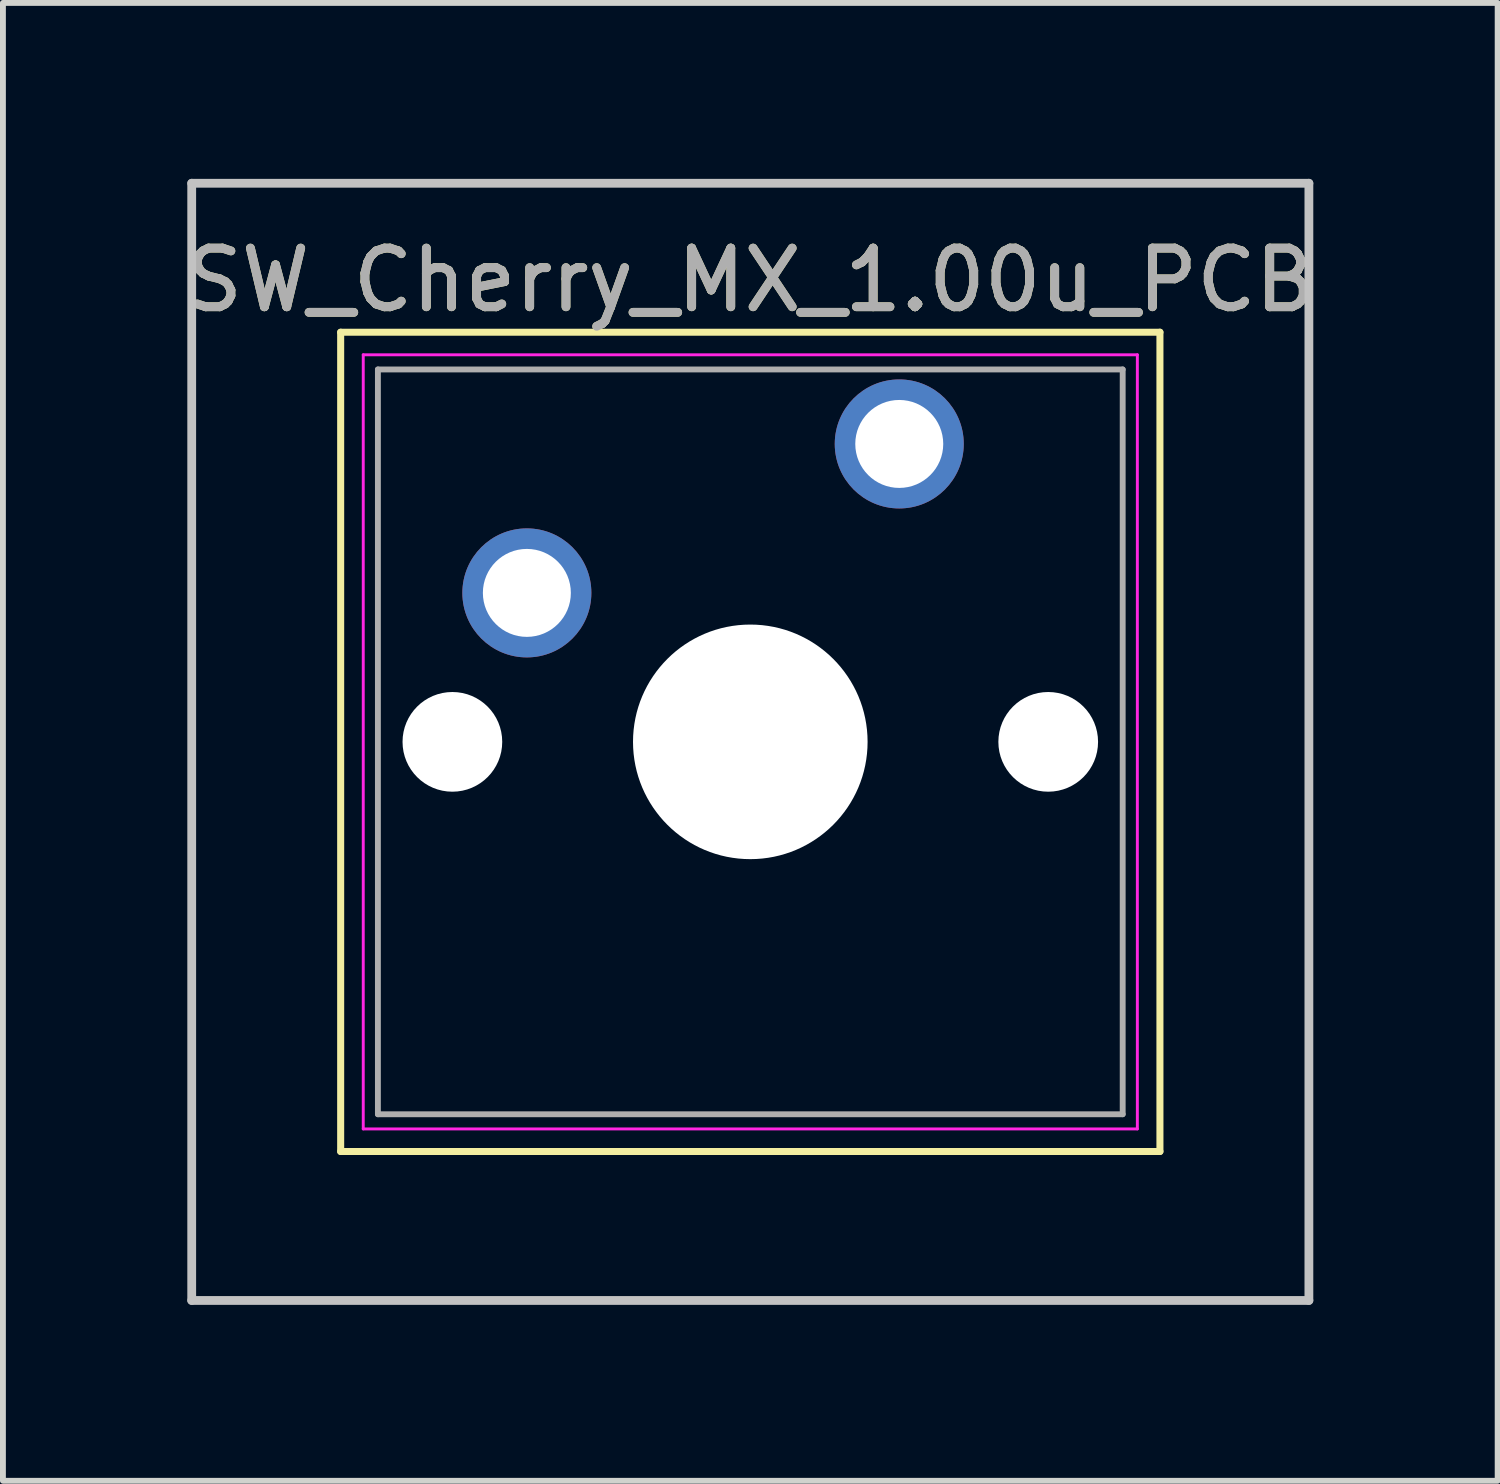
<source format=kicad_pcb>
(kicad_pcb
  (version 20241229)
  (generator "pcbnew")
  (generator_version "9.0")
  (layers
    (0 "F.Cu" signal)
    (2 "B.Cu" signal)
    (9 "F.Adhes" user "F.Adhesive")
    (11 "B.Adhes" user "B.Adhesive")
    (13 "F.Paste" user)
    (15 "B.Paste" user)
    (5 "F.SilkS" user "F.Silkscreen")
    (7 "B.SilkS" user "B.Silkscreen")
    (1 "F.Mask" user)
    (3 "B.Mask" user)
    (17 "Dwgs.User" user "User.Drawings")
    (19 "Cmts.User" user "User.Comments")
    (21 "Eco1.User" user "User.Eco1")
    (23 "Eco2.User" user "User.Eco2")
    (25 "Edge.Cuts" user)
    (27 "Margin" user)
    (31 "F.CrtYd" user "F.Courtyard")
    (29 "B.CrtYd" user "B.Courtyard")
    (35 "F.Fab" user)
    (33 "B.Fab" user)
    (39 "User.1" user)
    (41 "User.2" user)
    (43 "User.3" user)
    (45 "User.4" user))
  (footprint "SW_Cherry_MX_1.00u_PCB"
    (layer "F.Cu")
    (at 9.744 9.6)
    (property "Reference" "SW_Cherry_MX_1.00u_PCB" (at 0 -7.874 0) (layer "F.SilkS") (effects (font (size 1 1) (thickness 0.15))))
    (attr through_hole)
    (fp_line (start -6.985 -6.985) (end 6.985 -6.985) (stroke (width 0.12) (type solid)) (layer "F.SilkS"))
    (fp_line (start -6.985 6.985) (end -6.985 -6.985) (stroke (width 0.12) (type solid)) (layer "F.SilkS"))
    (fp_line (start 6.985 -6.985) (end 6.985 6.985) (stroke (width 0.12) (type solid)) (layer "F.SilkS"))
    (fp_line (start 6.985 6.985) (end -6.985 6.985) (stroke (width 0.12) (type solid)) (layer "F.SilkS"))
    (fp_line (start -9.525 -9.525) (end 9.525 -9.525) (stroke (width 0.15) (type solid)) (layer "Dwgs.User"))
    (fp_line (start -9.525 9.525) (end -9.525 -9.525) (stroke (width 0.15) (type solid)) (layer "Dwgs.User"))
    (fp_line (start 9.525 -9.525) (end 9.525 9.525) (stroke (width 0.15) (type solid)) (layer "Dwgs.User"))
    (fp_line (start 9.525 9.525) (end -9.525 9.525) (stroke (width 0.15) (type solid)) (layer "Dwgs.User"))
    (fp_line (start -6.6 -6.6) (end 6.6 -6.6) (stroke (width 0.05) (type solid)) (layer "F.CrtYd"))
    (fp_line (start -6.6 6.6) (end -6.6 -6.6) (stroke (width 0.05) (type solid)) (layer "F.CrtYd"))
    (fp_line (start 6.6 -6.6) (end 6.6 6.6) (stroke (width 0.05) (type solid)) (layer "F.CrtYd"))
    (fp_line (start 6.6 6.6) (end -6.6 6.6) (stroke (width 0.05) (type solid)) (layer "F.CrtYd"))
    (fp_line (start -6.35 -6.35) (end 6.35 -6.35) (stroke (width 0.1) (type solid)) (layer "F.Fab"))
    (fp_line (start -6.35 6.35) (end -6.35 -6.35) (stroke (width 0.1) (type solid)) (layer "F.Fab"))
    (fp_line (start 6.35 -6.35) (end 6.35 6.35) (stroke (width 0.1) (type solid)) (layer "F.Fab"))
    (fp_line (start 6.35 6.35) (end -6.35 6.35) (stroke (width 0.1) (type solid)) (layer "F.Fab"))
    (fp_text user "${REFERENCE}" (at 0 -7.874 0) (layer "F.Fab") (effects (font (size 1 1) (thickness 0.15))))
    (pad "" np_thru_hole circle (at -5.08 0) (size 1.7 1.7) (drill 1.7) (layers "*.Cu" "*.Mask"))
    (pad "" np_thru_hole circle (at 0 0) (size 4 4) (drill 4) (layers "*.Cu" "*.Mask"))
    (pad "" np_thru_hole circle (at 5.08 0) (size 1.7 1.7) (drill 1.7) (layers "*.Cu" "*.Mask"))
    (pad "1" thru_hole circle (at 2.54 -5.08) (size 2.2 2.2) (drill 1.5) (layers "*.Cu" "*.Mask"))
    (pad "2" thru_hole circle (at -3.81 -2.54) (size 2.2 2.2) (drill 1.5) (layers "*.Cu" "*.Mask")))
  (gr_rect
    (start -3 -3)
    (end 22.488 22.2)
    (stroke (width 0.1) (type default))
    (fill no)
    (layer "Edge.Cuts")))
</source>
